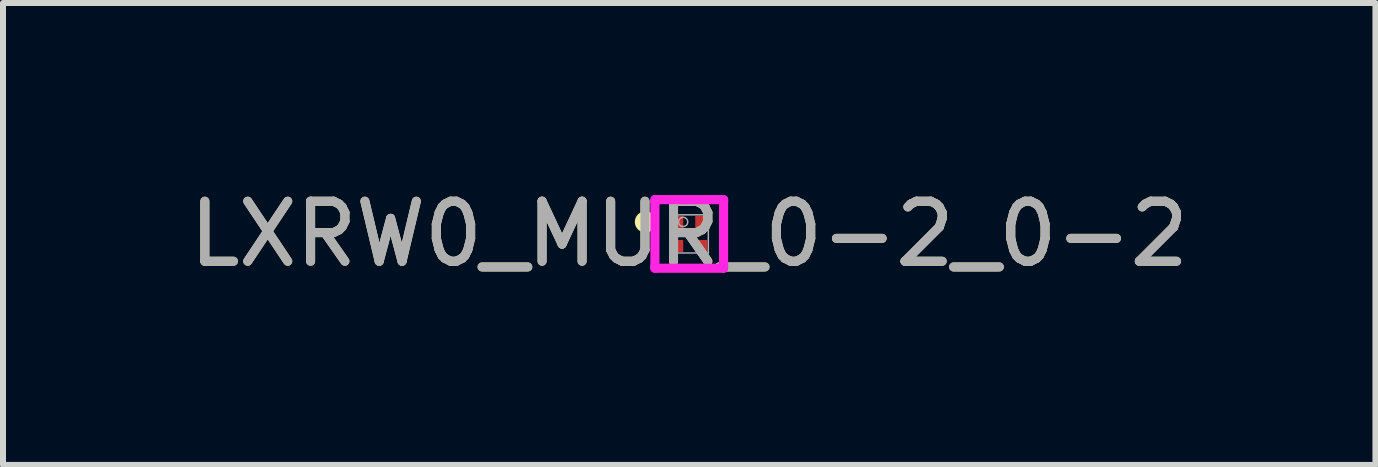
<source format=kicad_pcb>
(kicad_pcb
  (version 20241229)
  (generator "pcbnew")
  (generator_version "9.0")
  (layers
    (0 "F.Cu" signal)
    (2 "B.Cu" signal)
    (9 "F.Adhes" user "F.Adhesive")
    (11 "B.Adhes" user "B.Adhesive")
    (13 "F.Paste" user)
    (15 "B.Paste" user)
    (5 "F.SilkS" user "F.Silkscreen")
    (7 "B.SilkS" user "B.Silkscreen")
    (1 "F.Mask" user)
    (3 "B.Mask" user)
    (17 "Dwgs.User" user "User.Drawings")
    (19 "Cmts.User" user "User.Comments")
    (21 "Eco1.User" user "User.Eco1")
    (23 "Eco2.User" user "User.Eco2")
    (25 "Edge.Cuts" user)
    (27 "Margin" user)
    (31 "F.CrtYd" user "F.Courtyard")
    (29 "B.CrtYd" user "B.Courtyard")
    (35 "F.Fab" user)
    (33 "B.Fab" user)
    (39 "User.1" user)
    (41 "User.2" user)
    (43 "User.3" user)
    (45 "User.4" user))
  (footprint "LXRW0_MUR_0-2_0-2"
    (layer "F.Cu")
    (at 8.435 0.848)
    (property "Reference" "LXRW0_MUR_0-2_0-2" (at 0 0 0) (unlocked yes) (layer "F.SilkS") (effects (font (size 1 1) (thickness 0.15))))
    (attr smd)
    (fp_circle (center -0.73 -0.2) (end -0.629 -0.2) (stroke (width 0.152) (type solid)) (fill no) (layer "F.SilkS"))
    (fp_line (start -0.572 -0.572) (end 0.572 -0.572) (stroke (width 0.152) (type solid)) (layer "F.CrtYd"))
    (fp_line (start -0.572 -0.543) (end -0.572 -0.572) (stroke (width 0.152) (type solid)) (layer "F.CrtYd"))
    (fp_line (start -0.572 -0.543) (end -0.572 -0.543) (stroke (width 0.152) (type solid)) (layer "F.CrtYd"))
    (fp_line (start -0.572 0.543) (end -0.572 -0.543) (stroke (width 0.152) (type solid)) (layer "F.CrtYd"))
    (fp_line (start -0.572 0.543) (end -0.572 0.543) (stroke (width 0.152) (type solid)) (layer "F.CrtYd"))
    (fp_line (start -0.572 0.572) (end -0.572 0.543) (stroke (width 0.152) (type solid)) (layer "F.CrtYd"))
    (fp_line (start 0.572 -0.572) (end 0.572 -0.543) (stroke (width 0.152) (type solid)) (layer "F.CrtYd"))
    (fp_line (start 0.572 -0.543) (end 0.572 -0.543) (stroke (width 0.152) (type solid)) (layer "F.CrtYd"))
    (fp_line (start 0.572 -0.543) (end 0.572 0.543) (stroke (width 0.152) (type solid)) (layer "F.CrtYd"))
    (fp_line (start 0.572 0.543) (end 0.572 0.543) (stroke (width 0.152) (type solid)) (layer "F.CrtYd"))
    (fp_line (start 0.572 0.543) (end 0.572 0.572) (stroke (width 0.152) (type solid)) (layer "F.CrtYd"))
    (fp_line (start 0.572 0.572) (end -0.572 0.572) (stroke (width 0.152) (type solid)) (layer "F.CrtYd"))
    (fp_line (start -0.318 -0.318) (end -0.318 0.318) (stroke (width 0.025) (type solid)) (layer "F.Fab"))
    (fp_line (start -0.318 0.318) (end 0.318 0.318) (stroke (width 0.025) (type solid)) (layer "F.Fab"))
    (fp_line (start 0.318 -0.318) (end -0.318 -0.318) (stroke (width 0.025) (type solid)) (layer "F.Fab"))
    (fp_line (start 0.318 0.318) (end 0.318 -0.318) (stroke (width 0.025) (type solid)) (layer "F.Fab"))
    (fp_arc (start 0.3048 -0.3175) (mid 0 -0.0127) (end -0.3048 -0.3175) (stroke (width 0.0254) (type solid)) (layer "F.Fab"))
    (fp_circle (center -0.102 -0.2) (end -0.025 -0.2) (stroke (width 0.025) (type solid)) (fill no) (layer "F.Fab"))
    (fp_text user "${REFERENCE}" (at 0 0 0) (unlocked yes) (layer "F.Fab") (effects (font (size 1 1) (thickness 0.15))))
    (pad "1" smd rect (at -0.2 0.2) (size 0.2 0.2) (layers "F.Cu" "F.Mask" "F.Paste"))
    (pad "2" smd rect (at -0.2 -0.2) (size 0.2 0.2) (layers "F.Cu" "F.Mask" "F.Paste"))
    (pad "3" smd rect (at 0.2 -0.2) (size 0.2 0.2) (layers "F.Cu" "F.Mask" "F.Paste"))
    (pad "4" smd rect (at 0.2 0.2) (size 0.2 0.2) (layers "F.Cu" "F.Mask" "F.Paste")))
  (gr_rect
    (start -3 -3)
    (end 19.869 4.697)
    (stroke (width 0.1) (type default))
    (fill no)
    (layer "Edge.Cuts")))
</source>
